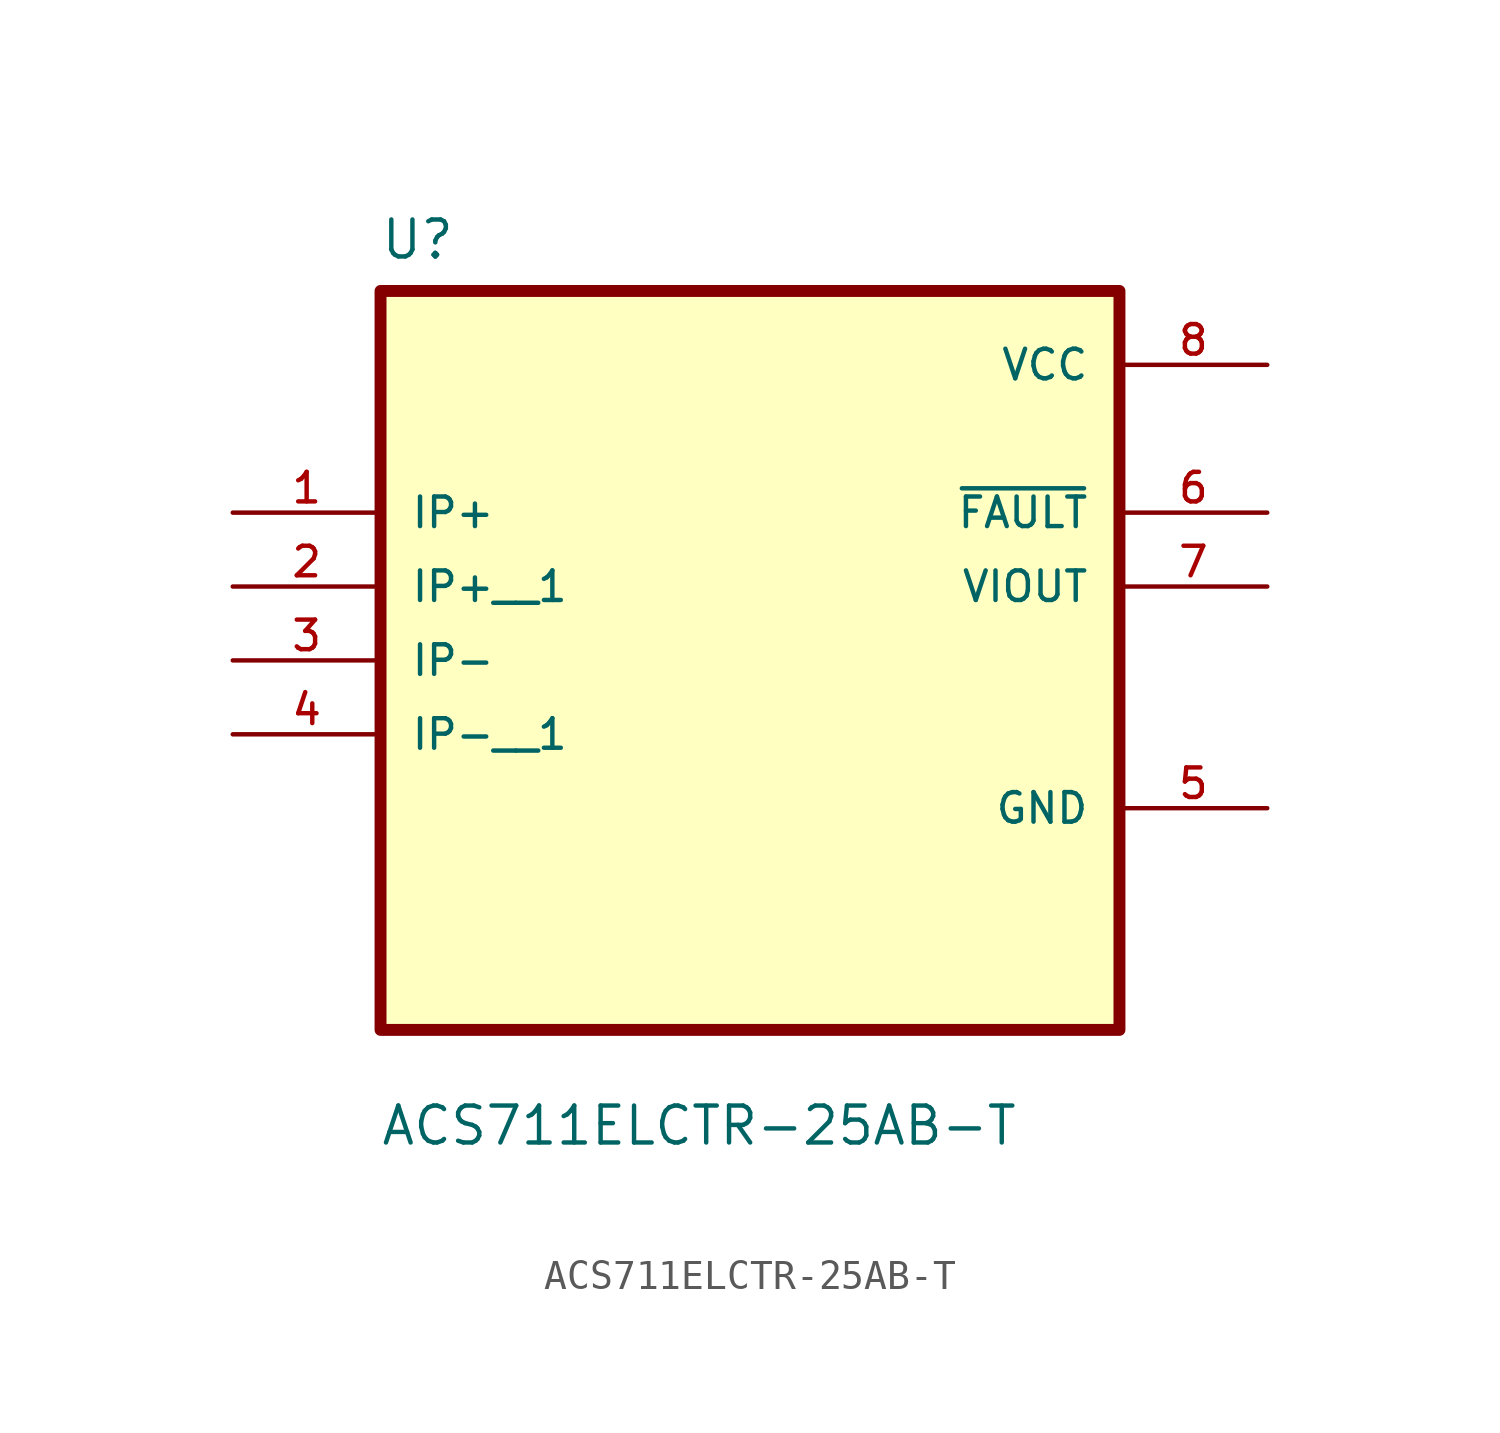
<source format=kicad_sym>
(kicad_symbol_lib
  (version 20211014)
  (generator kicad_symbol_editor)
  (symbol "ACS711ELCTR-25AB-T"
    (pin_names
      (offset 1.016))
    (property "Reference" "U"
      (at -12.732 11.183 0.0)
      (effects (font (size 1.27 1.27)) (justify bottom left)))
    (property "Value" "ACS711ELCTR-25AB-T"
      (at -12.734 -19.274 0.0)
      (effects (font (size 1.27 1.27)) (justify bottom left)))
    (symbol "ACS711ELCTR-25AB-T_0_0"
      (rectangle (start -12.7 -15.24) (end 12.7 10.16) (stroke (width 0.41)) (fill (type background)))
      (pin input line (at -17.78 -2.54 0) (length 5.08) (name "IP-" (effects (font (size 1.016 1.016)))) (number "3" (effects (font (size 1.016 1.016)))))
      (pin power_in line (at 17.78 7.62 180.0) (length 5.08) (name "VCC" (effects (font (size 1.016 1.016)))) (number "8" (effects (font (size 1.016 1.016)))))
      (pin output line (at 17.78 2.54 180.0) (length 5.08) (name "~{FAULT}" (effects (font (size 1.016 1.016)))) (number "6" (effects (font (size 1.016 1.016)))))
      (pin input line (at -17.78 2.54 0) (length 5.08) (name "IP+" (effects (font (size 1.016 1.016)))) (number "1" (effects (font (size 1.016 1.016)))))
      (pin output line (at 17.78 0.0 180.0) (length 5.08) (name "VIOUT" (effects (font (size 1.016 1.016)))) (number "7" (effects (font (size 1.016 1.016)))))
      (pin power_in line (at 17.78 -7.62 180.0) (length 5.08) (name "GND" (effects (font (size 1.016 1.016)))) (number "5" (effects (font (size 1.016 1.016)))))
      (pin input line (at -17.78 0.0 0) (length 5.08) (name "IP+__1" (effects (font (size 1.016 1.016)))) (number "2" (effects (font (size 1.016 1.016)))))
      (pin input line (at -17.78 -5.08 0) (length 5.08) (name "IP-__1" (effects (font (size 1.016 1.016)))) (number "4" (effects (font (size 1.016 1.016))))))))
</source>
